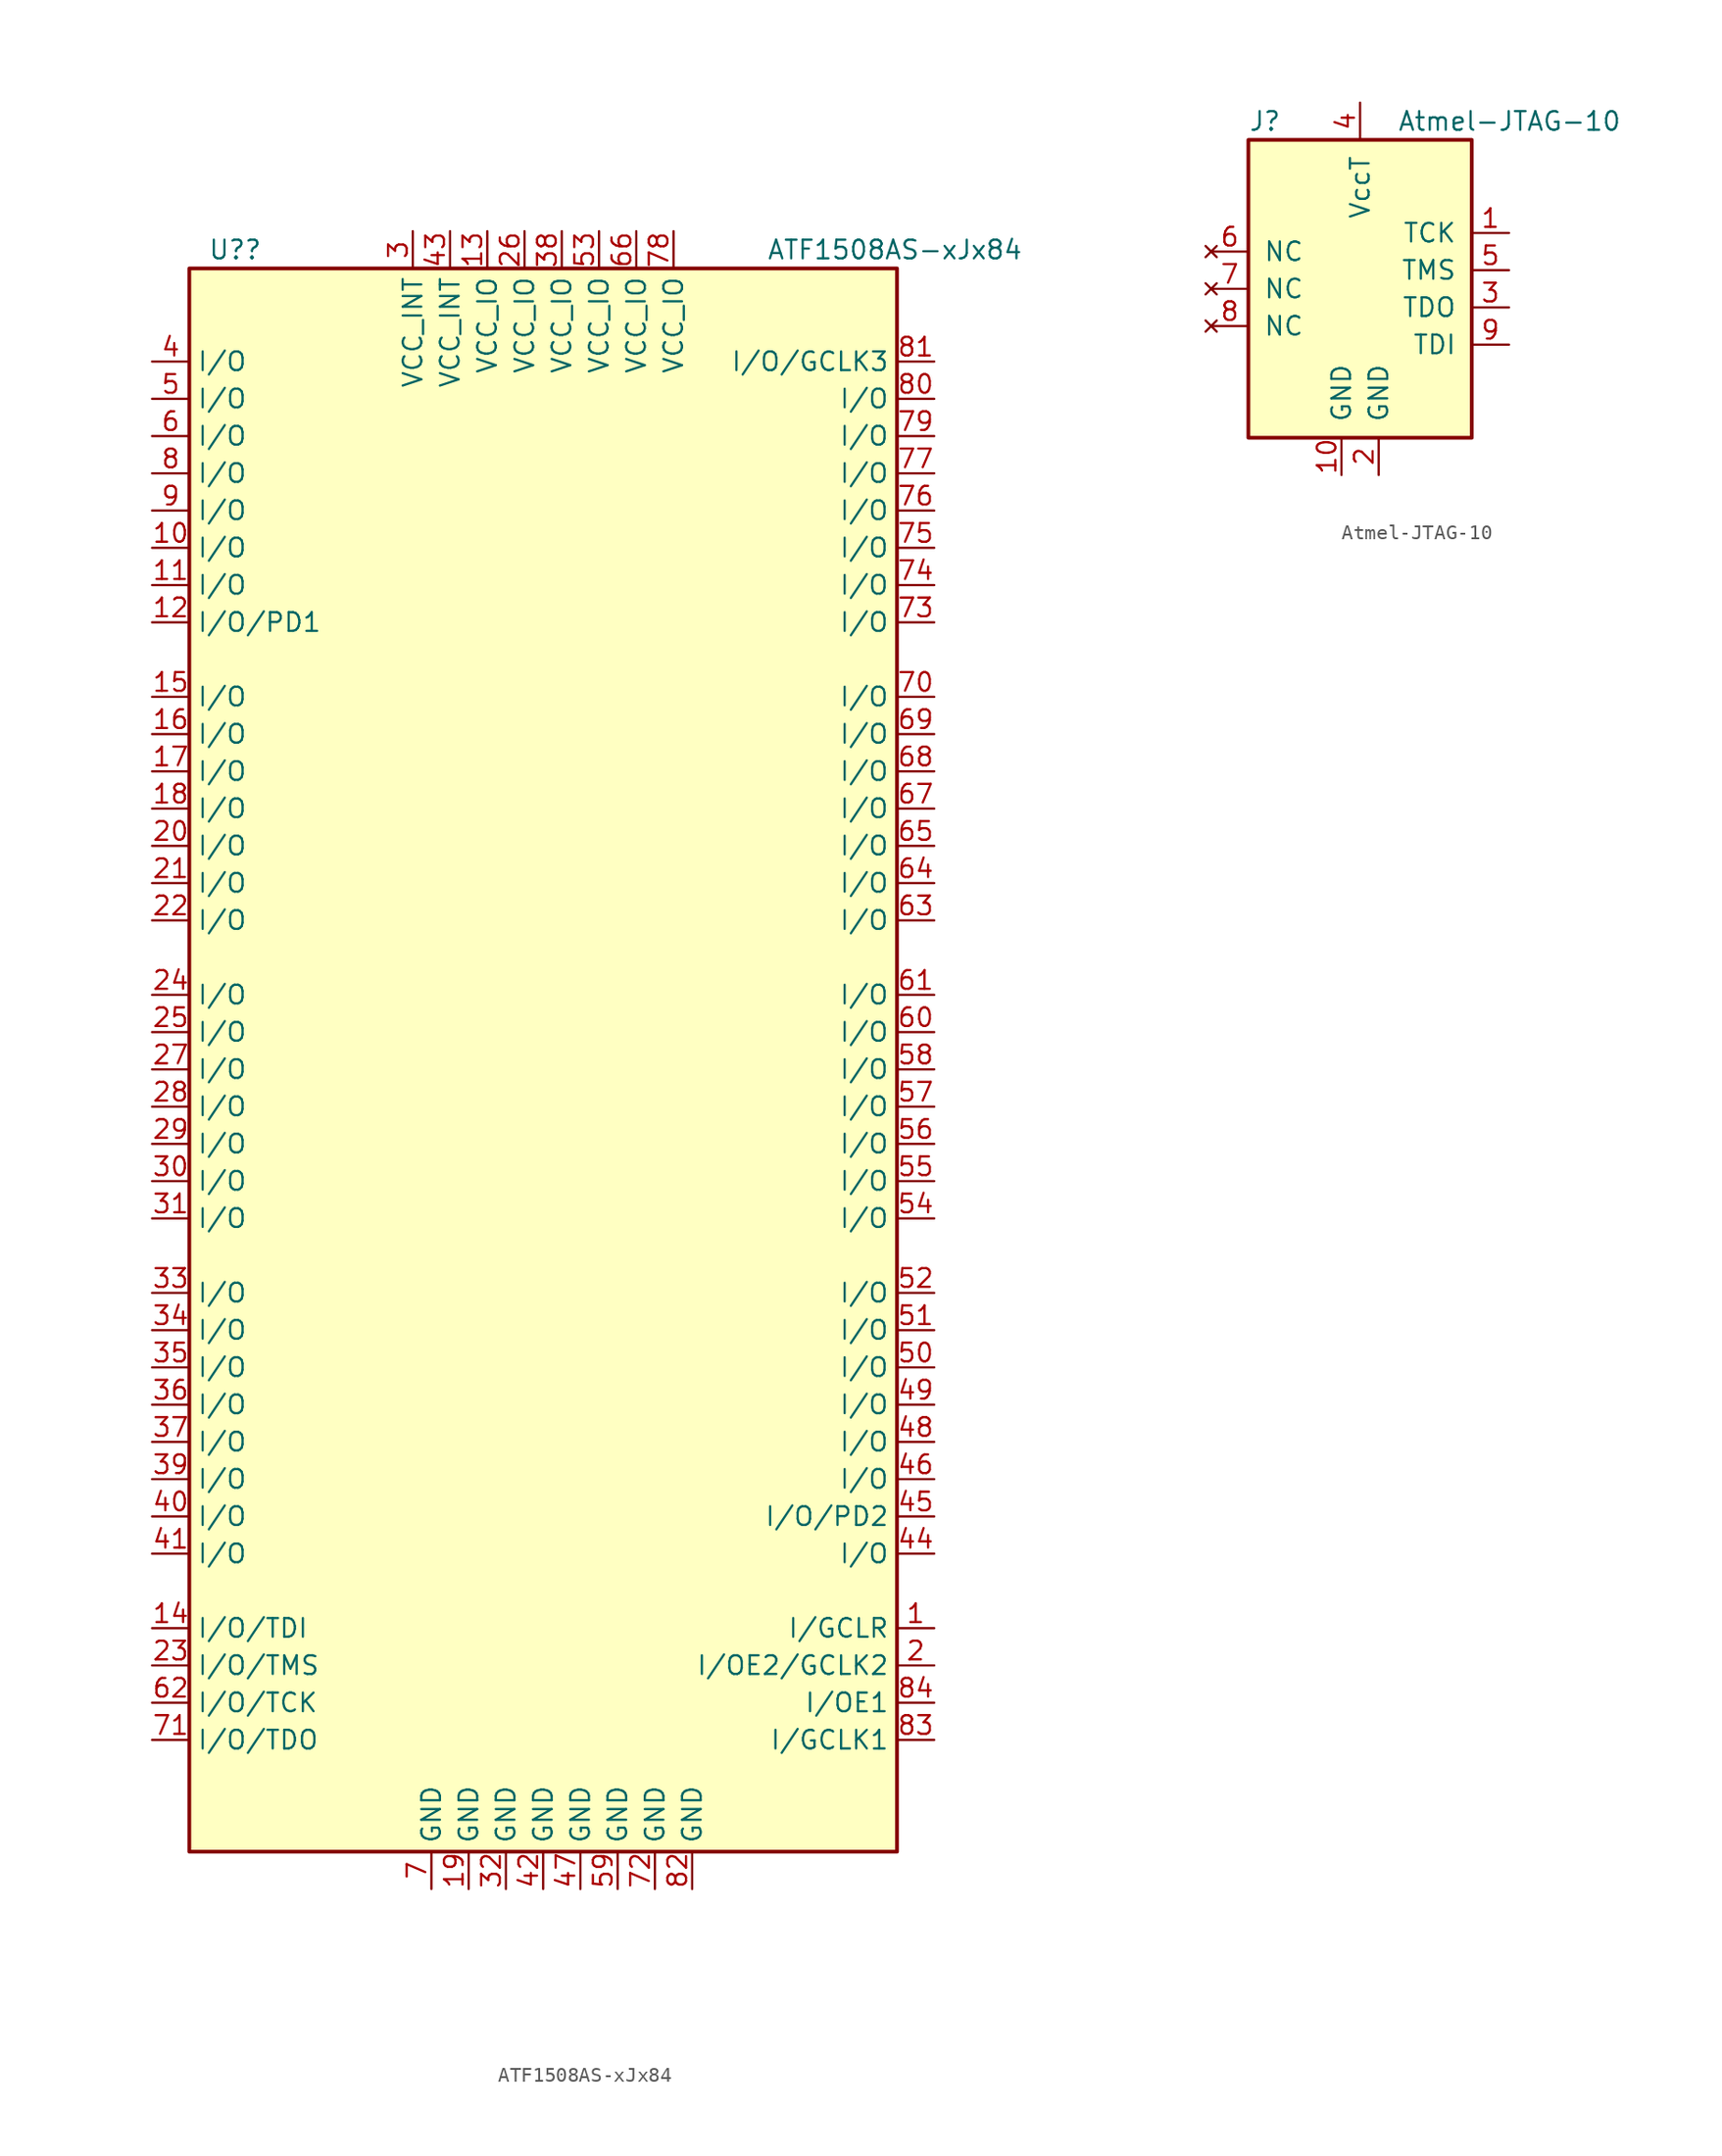
<source format=kicad_sym>
(kicad_symbol_lib
  (version 20211014)
  (generator kicad_symbol_editor)
  (symbol "ATF1508AS-xJx84"
    (property "Reference" "U?"
      (at -22.86 53.34 0)
      (effects (font (size 1.27 1.27)) (justify left)))
    (property "Value" "ATF1508AS-xJx84"
      (at 15.24 53.34 0)
      (effects (font (size 1.27 1.27)) (justify left)))
    (symbol "ATF1508AS-xJx84_0_1"
      (rectangle (start -24.13 52.07) (end 24.13 -55.88) (stroke (width 0.254) (type default) (color 0 0 0 0)) (fill (type background))))
    (symbol "ATF1508AS-xJx84_1_1"
      (pin input line (at 26.67 -40.64 180) (length 2.54) (name "I/GCLR" (effects (font (size 1.27 1.27)))) (number "1" (effects (font (size 1.27 1.27)))))
      (pin bidirectional line (at -26.67 33.02 0) (length 2.54) (name "I/O" (effects (font (size 1.27 1.27)))) (number "10" (effects (font (size 1.27 1.27)))))
      (pin bidirectional line (at -26.67 30.48 0) (length 2.54) (name "I/O" (effects (font (size 1.27 1.27)))) (number "11" (effects (font (size 1.27 1.27)))))
      (pin bidirectional line (at -26.67 27.94 0) (length 2.54) (name "I/O/PD1" (effects (font (size 1.27 1.27)))) (number "12" (effects (font (size 1.27 1.27)))))
      (pin power_in line (at -3.81 54.61 270) (length 2.54) (name "VCC_IO" (effects (font (size 1.27 1.27)))) (number "13" (effects (font (size 1.27 1.27)))))
      (pin bidirectional line (at -26.67 -40.64 0) (length 2.54) (name "I/O/TDI" (effects (font (size 1.27 1.27)))) (number "14" (effects (font (size 1.27 1.27)))))
      (pin bidirectional line (at -26.67 22.86 0) (length 2.54) (name "I/O" (effects (font (size 1.27 1.27)))) (number "15" (effects (font (size 1.27 1.27)))))
      (pin bidirectional line (at -26.67 20.32 0) (length 2.54) (name "I/O" (effects (font (size 1.27 1.27)))) (number "16" (effects (font (size 1.27 1.27)))))
      (pin bidirectional line (at -26.67 17.78 0) (length 2.54) (name "I/O" (effects (font (size 1.27 1.27)))) (number "17" (effects (font (size 1.27 1.27)))))
      (pin bidirectional line (at -26.67 15.24 0) (length 2.54) (name "I/O" (effects (font (size 1.27 1.27)))) (number "18" (effects (font (size 1.27 1.27)))))
      (pin power_in line (at -5.08 -58.42 90) (length 2.54) (name "GND" (effects (font (size 1.27 1.27)))) (number "19" (effects (font (size 1.27 1.27)))))
      (pin input line (at 26.67 -43.18 180) (length 2.54) (name "I/OE2/GCLK2" (effects (font (size 1.27 1.27)))) (number "2" (effects (font (size 1.27 1.27)))))
      (pin bidirectional line (at -26.67 12.7 0) (length 2.54) (name "I/O" (effects (font (size 1.27 1.27)))) (number "20" (effects (font (size 1.27 1.27)))))
      (pin bidirectional line (at -26.67 10.16 0) (length 2.54) (name "I/O" (effects (font (size 1.27 1.27)))) (number "21" (effects (font (size 1.27 1.27)))))
      (pin bidirectional line (at -26.67 7.62 0) (length 2.54) (name "I/O" (effects (font (size 1.27 1.27)))) (number "22" (effects (font (size 1.27 1.27)))))
      (pin bidirectional line (at -26.67 -43.18 0) (length 2.54) (name "I/O/TMS" (effects (font (size 1.27 1.27)))) (number "23" (effects (font (size 1.27 1.27)))))
      (pin bidirectional line (at -26.67 2.54 0) (length 2.54) (name "I/O" (effects (font (size 1.27 1.27)))) (number "24" (effects (font (size 1.27 1.27)))))
      (pin bidirectional line (at -26.67 0 0) (length 2.54) (name "I/O" (effects (font (size 1.27 1.27)))) (number "25" (effects (font (size 1.27 1.27)))))
      (pin power_in line (at -1.27 54.61 270) (length 2.54) (name "VCC_IO" (effects (font (size 1.27 1.27)))) (number "26" (effects (font (size 1.27 1.27)))))
      (pin bidirectional line (at -26.67 -2.54 0) (length 2.54) (name "I/O" (effects (font (size 1.27 1.27)))) (number "27" (effects (font (size 1.27 1.27)))))
      (pin bidirectional line (at -26.67 -5.08 0) (length 2.54) (name "I/O" (effects (font (size 1.27 1.27)))) (number "28" (effects (font (size 1.27 1.27)))))
      (pin bidirectional line (at -26.67 -7.62 0) (length 2.54) (name "I/O" (effects (font (size 1.27 1.27)))) (number "29" (effects (font (size 1.27 1.27)))))
      (pin power_in line (at -8.89 54.61 270) (length 2.54) (name "VCC_INT" (effects (font (size 1.27 1.27)))) (number "3" (effects (font (size 1.27 1.27)))))
      (pin bidirectional line (at -26.67 -10.16 0) (length 2.54) (name "I/O" (effects (font (size 1.27 1.27)))) (number "30" (effects (font (size 1.27 1.27)))))
      (pin bidirectional line (at -26.67 -12.7 0) (length 2.54) (name "I/O" (effects (font (size 1.27 1.27)))) (number "31" (effects (font (size 1.27 1.27)))))
      (pin power_in line (at -2.54 -58.42 90) (length 2.54) (name "GND" (effects (font (size 1.27 1.27)))) (number "32" (effects (font (size 1.27 1.27)))))
      (pin bidirectional line (at -26.67 -17.78 0) (length 2.54) (name "I/O" (effects (font (size 1.27 1.27)))) (number "33" (effects (font (size 1.27 1.27)))))
      (pin bidirectional line (at -26.67 -20.32 0) (length 2.54) (name "I/O" (effects (font (size 1.27 1.27)))) (number "34" (effects (font (size 1.27 1.27)))))
      (pin bidirectional line (at -26.67 -22.86 0) (length 2.54) (name "I/O" (effects (font (size 1.27 1.27)))) (number "35" (effects (font (size 1.27 1.27)))))
      (pin bidirectional line (at -26.67 -25.4 0) (length 2.54) (name "I/O" (effects (font (size 1.27 1.27)))) (number "36" (effects (font (size 1.27 1.27)))))
      (pin bidirectional line (at -26.67 -27.94 0) (length 2.54) (name "I/O" (effects (font (size 1.27 1.27)))) (number "37" (effects (font (size 1.27 1.27)))))
      (pin power_in line (at 1.27 54.61 270) (length 2.54) (name "VCC_IO" (effects (font (size 1.27 1.27)))) (number "38" (effects (font (size 1.27 1.27)))))
      (pin bidirectional line (at -26.67 -30.48 0) (length 2.54) (name "I/O" (effects (font (size 1.27 1.27)))) (number "39" (effects (font (size 1.27 1.27)))))
      (pin bidirectional line (at -26.67 45.72 0) (length 2.54) (name "I/O" (effects (font (size 1.27 1.27)))) (number "4" (effects (font (size 1.27 1.27)))))
      (pin bidirectional line (at -26.67 -33.02 0) (length 2.54) (name "I/O" (effects (font (size 1.27 1.27)))) (number "40" (effects (font (size 1.27 1.27)))))
      (pin bidirectional line (at -26.67 -35.56 0) (length 2.54) (name "I/O" (effects (font (size 1.27 1.27)))) (number "41" (effects (font (size 1.27 1.27)))))
      (pin power_in line (at 0 -58.42 90) (length 2.54) (name "GND" (effects (font (size 1.27 1.27)))) (number "42" (effects (font (size 1.27 1.27)))))
      (pin power_in line (at -6.35 54.61 270) (length 2.54) (name "VCC_INT" (effects (font (size 1.27 1.27)))) (number "43" (effects (font (size 1.27 1.27)))))
      (pin bidirectional line (at 26.67 -35.56 180) (length 2.54) (name "I/O" (effects (font (size 1.27 1.27)))) (number "44" (effects (font (size 1.27 1.27)))))
      (pin bidirectional line (at 26.67 -33.02 180) (length 2.54) (name "I/O/PD2" (effects (font (size 1.27 1.27)))) (number "45" (effects (font (size 1.27 1.27)))))
      (pin bidirectional line (at 26.67 -30.48 180) (length 2.54) (name "I/O" (effects (font (size 1.27 1.27)))) (number "46" (effects (font (size 1.27 1.27)))))
      (pin power_in line (at 2.54 -58.42 90) (length 2.54) (name "GND" (effects (font (size 1.27 1.27)))) (number "47" (effects (font (size 1.27 1.27)))))
      (pin bidirectional line (at 26.67 -27.94 180) (length 2.54) (name "I/O" (effects (font (size 1.27 1.27)))) (number "48" (effects (font (size 1.27 1.27)))))
      (pin bidirectional line (at 26.67 -25.4 180) (length 2.54) (name "I/O" (effects (font (size 1.27 1.27)))) (number "49" (effects (font (size 1.27 1.27)))))
      (pin bidirectional line (at -26.67 43.18 0) (length 2.54) (name "I/O" (effects (font (size 1.27 1.27)))) (number "5" (effects (font (size 1.27 1.27)))))
      (pin bidirectional line (at 26.67 -22.86 180) (length 2.54) (name "I/O" (effects (font (size 1.27 1.27)))) (number "50" (effects (font (size 1.27 1.27)))))
      (pin bidirectional line (at 26.67 -20.32 180) (length 2.54) (name "I/O" (effects (font (size 1.27 1.27)))) (number "51" (effects (font (size 1.27 1.27)))))
      (pin bidirectional line (at 26.67 -17.78 180) (length 2.54) (name "I/O" (effects (font (size 1.27 1.27)))) (number "52" (effects (font (size 1.27 1.27)))))
      (pin power_in line (at 3.81 54.61 270) (length 2.54) (name "VCC_IO" (effects (font (size 1.27 1.27)))) (number "53" (effects (font (size 1.27 1.27)))))
      (pin bidirectional line (at 26.67 -12.7 180) (length 2.54) (name "I/O" (effects (font (size 1.27 1.27)))) (number "54" (effects (font (size 1.27 1.27)))))
      (pin bidirectional line (at 26.67 -10.16 180) (length 2.54) (name "I/O" (effects (font (size 1.27 1.27)))) (number "55" (effects (font (size 1.27 1.27)))))
      (pin bidirectional line (at 26.67 -7.62 180) (length 2.54) (name "I/O" (effects (font (size 1.27 1.27)))) (number "56" (effects (font (size 1.27 1.27)))))
      (pin bidirectional line (at 26.67 -5.08 180) (length 2.54) (name "I/O" (effects (font (size 1.27 1.27)))) (number "57" (effects (font (size 1.27 1.27)))))
      (pin bidirectional line (at 26.67 -2.54 180) (length 2.54) (name "I/O" (effects (font (size 1.27 1.27)))) (number "58" (effects (font (size 1.27 1.27)))))
      (pin power_in line (at 5.08 -58.42 90) (length 2.54) (name "GND" (effects (font (size 1.27 1.27)))) (number "59" (effects (font (size 1.27 1.27)))))
      (pin bidirectional line (at -26.67 40.64 0) (length 2.54) (name "I/O" (effects (font (size 1.27 1.27)))) (number "6" (effects (font (size 1.27 1.27)))))
      (pin bidirectional line (at 26.67 0 180) (length 2.54) (name "I/O" (effects (font (size 1.27 1.27)))) (number "60" (effects (font (size 1.27 1.27)))))
      (pin bidirectional line (at 26.67 2.54 180) (length 2.54) (name "I/O" (effects (font (size 1.27 1.27)))) (number "61" (effects (font (size 1.27 1.27)))))
      (pin bidirectional line (at -26.67 -45.72 0) (length 2.54) (name "I/O/TCK" (effects (font (size 1.27 1.27)))) (number "62" (effects (font (size 1.27 1.27)))))
      (pin bidirectional line (at 26.67 7.62 180) (length 2.54) (name "I/O" (effects (font (size 1.27 1.27)))) (number "63" (effects (font (size 1.27 1.27)))))
      (pin bidirectional line (at 26.67 10.16 180) (length 2.54) (name "I/O" (effects (font (size 1.27 1.27)))) (number "64" (effects (font (size 1.27 1.27)))))
      (pin bidirectional line (at 26.67 12.7 180) (length 2.54) (name "I/O" (effects (font (size 1.27 1.27)))) (number "65" (effects (font (size 1.27 1.27)))))
      (pin power_in line (at 6.35 54.61 270) (length 2.54) (name "VCC_IO" (effects (font (size 1.27 1.27)))) (number "66" (effects (font (size 1.27 1.27)))))
      (pin bidirectional line (at 26.67 15.24 180) (length 2.54) (name "I/O" (effects (font (size 1.27 1.27)))) (number "67" (effects (font (size 1.27 1.27)))))
      (pin bidirectional line (at 26.67 17.78 180) (length 2.54) (name "I/O" (effects (font (size 1.27 1.27)))) (number "68" (effects (font (size 1.27 1.27)))))
      (pin bidirectional line (at 26.67 20.32 180) (length 2.54) (name "I/O" (effects (font (size 1.27 1.27)))) (number "69" (effects (font (size 1.27 1.27)))))
      (pin power_in line (at -7.62 -58.42 90) (length 2.54) (name "GND" (effects (font (size 1.27 1.27)))) (number "7" (effects (font (size 1.27 1.27)))))
      (pin bidirectional line (at 26.67 22.86 180) (length 2.54) (name "I/O" (effects (font (size 1.27 1.27)))) (number "70" (effects (font (size 1.27 1.27)))))
      (pin bidirectional line (at -26.67 -48.26 0) (length 2.54) (name "I/O/TDO" (effects (font (size 1.27 1.27)))) (number "71" (effects (font (size 1.27 1.27)))))
      (pin power_in line (at 7.62 -58.42 90) (length 2.54) (name "GND" (effects (font (size 1.27 1.27)))) (number "72" (effects (font (size 1.27 1.27)))))
      (pin bidirectional line (at 26.67 27.94 180) (length 2.54) (name "I/O" (effects (font (size 1.27 1.27)))) (number "73" (effects (font (size 1.27 1.27)))))
      (pin bidirectional line (at 26.67 30.48 180) (length 2.54) (name "I/O" (effects (font (size 1.27 1.27)))) (number "74" (effects (font (size 1.27 1.27)))))
      (pin bidirectional line (at 26.67 33.02 180) (length 2.54) (name "I/O" (effects (font (size 1.27 1.27)))) (number "75" (effects (font (size 1.27 1.27)))))
      (pin bidirectional line (at 26.67 35.56 180) (length 2.54) (name "I/O" (effects (font (size 1.27 1.27)))) (number "76" (effects (font (size 1.27 1.27)))))
      (pin bidirectional line (at 26.67 38.1 180) (length 2.54) (name "I/O" (effects (font (size 1.27 1.27)))) (number "77" (effects (font (size 1.27 1.27)))))
      (pin power_in line (at 8.89 54.61 270) (length 2.54) (name "VCC_IO" (effects (font (size 1.27 1.27)))) (number "78" (effects (font (size 1.27 1.27)))))
      (pin bidirectional line (at 26.67 40.64 180) (length 2.54) (name "I/O" (effects (font (size 1.27 1.27)))) (number "79" (effects (font (size 1.27 1.27)))))
      (pin bidirectional line (at -26.67 38.1 0) (length 2.54) (name "I/O" (effects (font (size 1.27 1.27)))) (number "8" (effects (font (size 1.27 1.27)))))
      (pin bidirectional line (at 26.67 43.18 180) (length 2.54) (name "I/O" (effects (font (size 1.27 1.27)))) (number "80" (effects (font (size 1.27 1.27)))))
      (pin bidirectional line (at 26.67 45.72 180) (length 2.54) (name "I/O/GCLK3" (effects (font (size 1.27 1.27)))) (number "81" (effects (font (size 1.27 1.27)))))
      (pin power_in line (at 10.16 -58.42 90) (length 2.54) (name "GND" (effects (font (size 1.27 1.27)))) (number "82" (effects (font (size 1.27 1.27)))))
      (pin input line (at 26.67 -48.26 180) (length 2.54) (name "I/GCLK1" (effects (font (size 1.27 1.27)))) (number "83" (effects (font (size 1.27 1.27)))))
      (pin input line (at 26.67 -45.72 180) (length 2.54) (name "I/OE1" (effects (font (size 1.27 1.27)))) (number "84" (effects (font (size 1.27 1.27)))))
      (pin bidirectional line (at -26.67 35.56 0) (length 2.54) (name "I/O" (effects (font (size 1.27 1.27)))) (number "9" (effects (font (size 1.27 1.27)))))))
  (symbol "Atmel-JTAG-10"
    (pin_names
      (offset 1.016))
    (property "Reference" "J"
      (at -7.62 11.43 0)
      (effects (font (size 1.27 1.27)) (justify left)))
    (property "Value" "Atmel-JTAG-10"
      (at 2.54 11.43 0)
      (effects (font (size 1.27 1.27)) (justify left)))
    (symbol "Atmel-JTAG-10_0_1"
      (rectangle (start -7.62 10.16) (end 7.62 -10.16) (stroke (width 0.254) (type default) (color 0 0 0 0)) (fill (type background))))
    (symbol "Atmel-JTAG-10_1_1"
      (pin output line (at 10.16 3.81 180) (length 2.54) (name "TCK" (effects (font (size 1.27 1.27)))) (number "1" (effects (font (size 1.27 1.27)))))
      (pin power_in line (at -1.27 -12.7 90) (length 2.54) (name "GND" (effects (font (size 1.27 1.27)))) (number "10" (effects (font (size 1.27 1.27)))))
      (pin passive line (at 1.27 -12.7 90) (length 2.54) (name "GND" (effects (font (size 1.27 1.27)))) (number "2" (effects (font (size 1.27 1.27)))))
      (pin input line (at 10.16 -1.27 180) (length 2.54) (name "TDO" (effects (font (size 1.27 1.27)))) (number "3" (effects (font (size 1.27 1.27)))))
      (pin power_in line (at 0 12.7 270) (length 2.54) (name "VccT" (effects (font (size 1.27 1.27)))) (number "4" (effects (font (size 1.27 1.27)))))
      (pin output line (at 10.16 1.27 180) (length 2.54) (name "TMS" (effects (font (size 1.27 1.27)))) (number "5" (effects (font (size 1.27 1.27)))))
      (pin no_connect line (at -10.16 2.54 0) (length 2.54) (name "NC" (effects (font (size 1.27 1.27)))) (number "6" (effects (font (size 1.27 1.27)))))
      (pin no_connect line (at -10.16 0 0) (length 2.54) (name "NC" (effects (font (size 1.27 1.27)))) (number "7" (effects (font (size 1.27 1.27)))))
      (pin no_connect line (at -10.16 -2.54 0) (length 2.54) (name "NC" (effects (font (size 1.27 1.27)))) (number "8" (effects (font (size 1.27 1.27)))))
      (pin output line (at 10.16 -3.81 180) (length 2.54) (name "TDI" (effects (font (size 1.27 1.27)))) (number "9" (effects (font (size 1.27 1.27))))))))
</source>
